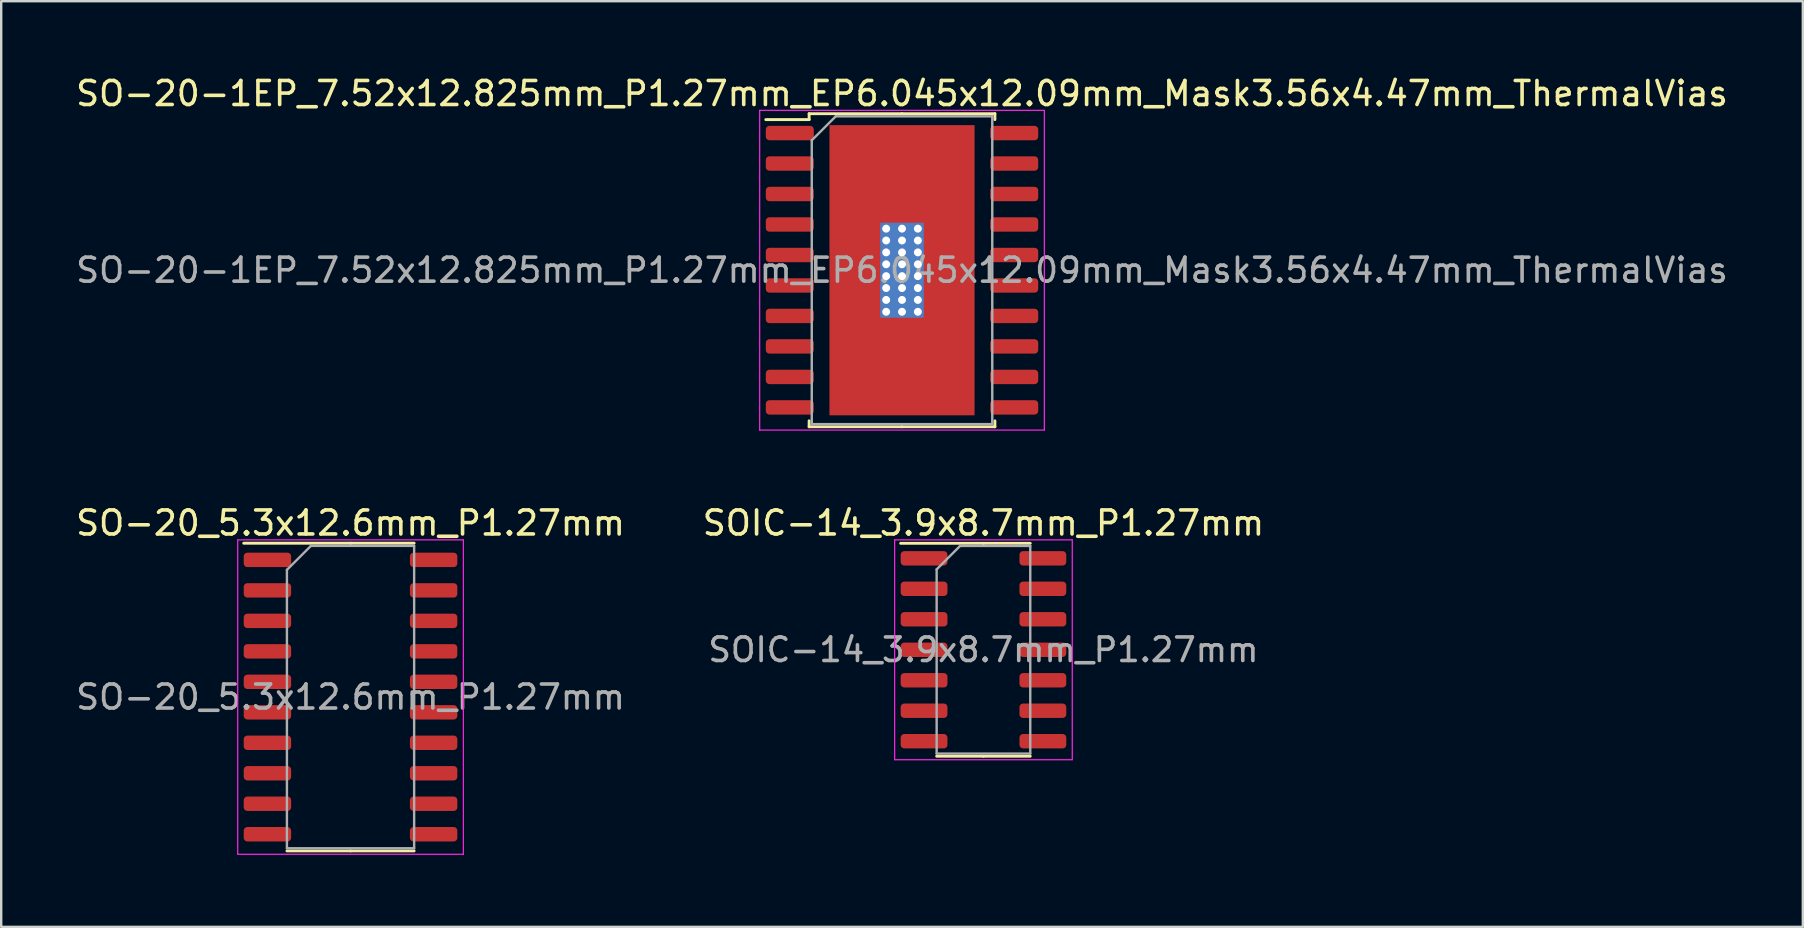
<source format=kicad_pcb>
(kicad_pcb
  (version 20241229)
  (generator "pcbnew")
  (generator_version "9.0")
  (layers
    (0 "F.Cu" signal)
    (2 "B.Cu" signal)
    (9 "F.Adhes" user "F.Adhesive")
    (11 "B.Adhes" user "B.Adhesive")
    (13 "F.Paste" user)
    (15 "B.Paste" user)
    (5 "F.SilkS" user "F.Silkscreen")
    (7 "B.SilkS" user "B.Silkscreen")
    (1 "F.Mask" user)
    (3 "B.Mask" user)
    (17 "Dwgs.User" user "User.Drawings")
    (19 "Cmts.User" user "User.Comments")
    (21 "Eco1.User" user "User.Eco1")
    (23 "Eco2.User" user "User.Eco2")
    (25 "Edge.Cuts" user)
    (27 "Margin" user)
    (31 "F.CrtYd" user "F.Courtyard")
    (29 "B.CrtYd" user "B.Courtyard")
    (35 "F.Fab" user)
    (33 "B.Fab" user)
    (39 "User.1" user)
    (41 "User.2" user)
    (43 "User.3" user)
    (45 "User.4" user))
  (footprint "SO-20_5.3x12.6mm_P1.27mm"
    (layer "F.Cu")
    (at 11.554 25.991)
    (property "Reference" "SO-20_5.3x12.6mm_P1.27mm" (at 0 -7.25 0) (layer "F.SilkS") (effects (font (size 1 1) (thickness 0.15))))
    (attr smd)
    (fp_line (start 0 -6.41) (end -4.45 -6.41) (stroke (width 0.12) (type solid)) (layer "F.SilkS"))
    (fp_line (start 0 -6.41) (end 2.65 -6.41) (stroke (width 0.12) (type solid)) (layer "F.SilkS"))
    (fp_line (start 0 6.41) (end -2.65 6.41) (stroke (width 0.12) (type solid)) (layer "F.SilkS"))
    (fp_line (start 0 6.41) (end 2.65 6.41) (stroke (width 0.12) (type solid)) (layer "F.SilkS"))
    (fp_line (start -4.7 -6.55) (end -4.7 6.55) (stroke (width 0.05) (type solid)) (layer "F.CrtYd"))
    (fp_line (start -4.7 6.55) (end 4.7 6.55) (stroke (width 0.05) (type solid)) (layer "F.CrtYd"))
    (fp_line (start 4.7 -6.55) (end -4.7 -6.55) (stroke (width 0.05) (type solid)) (layer "F.CrtYd"))
    (fp_line (start 4.7 6.55) (end 4.7 -6.55) (stroke (width 0.05) (type solid)) (layer "F.CrtYd"))
    (fp_line (start -2.65 -5.3) (end -1.65 -6.3) (stroke (width 0.1) (type solid)) (layer "F.Fab"))
    (fp_line (start -2.65 6.3) (end -2.65 -5.3) (stroke (width 0.1) (type solid)) (layer "F.Fab"))
    (fp_line (start -1.65 -6.3) (end 2.65 -6.3) (stroke (width 0.1) (type solid)) (layer "F.Fab"))
    (fp_line (start 2.65 -6.3) (end 2.65 6.3) (stroke (width 0.1) (type solid)) (layer "F.Fab"))
    (fp_line (start 2.65 6.3) (end -2.65 6.3) (stroke (width 0.1) (type solid)) (layer "F.Fab"))
    (fp_text user "${REFERENCE}" (at 0 0 0) (layer "F.Fab") (effects (font (size 1 1) (thickness 0.15))))
    (pad "1" smd roundrect (at -3.462 -5.715) (size 1.975 0.6) (layers "F.Cu" "F.Mask" "F.Paste") (roundrect_rratio 0.25))
    (pad "2" smd roundrect (at -3.462 -4.445) (size 1.975 0.6) (layers "F.Cu" "F.Mask" "F.Paste") (roundrect_rratio 0.25))
    (pad "3" smd roundrect (at -3.462 -3.175) (size 1.975 0.6) (layers "F.Cu" "F.Mask" "F.Paste") (roundrect_rratio 0.25))
    (pad "4" smd roundrect (at -3.462 -1.905) (size 1.975 0.6) (layers "F.Cu" "F.Mask" "F.Paste") (roundrect_rratio 0.25))
    (pad "5" smd roundrect (at -3.462 -0.635) (size 1.975 0.6) (layers "F.Cu" "F.Mask" "F.Paste") (roundrect_rratio 0.25))
    (pad "6" smd roundrect (at -3.462 0.635) (size 1.975 0.6) (layers "F.Cu" "F.Mask" "F.Paste") (roundrect_rratio 0.25))
    (pad "7" smd roundrect (at -3.462 1.905) (size 1.975 0.6) (layers "F.Cu" "F.Mask" "F.Paste") (roundrect_rratio 0.25))
    (pad "8" smd roundrect (at -3.462 3.175) (size 1.975 0.6) (layers "F.Cu" "F.Mask" "F.Paste") (roundrect_rratio 0.25))
    (pad "9" smd roundrect (at -3.462 4.445) (size 1.975 0.6) (layers "F.Cu" "F.Mask" "F.Paste") (roundrect_rratio 0.25))
    (pad "10" smd roundrect (at -3.462 5.715) (size 1.975 0.6) (layers "F.Cu" "F.Mask" "F.Paste") (roundrect_rratio 0.25))
    (pad "11" smd roundrect (at 3.462 5.715) (size 1.975 0.6) (layers "F.Cu" "F.Mask" "F.Paste") (roundrect_rratio 0.25))
    (pad "12" smd roundrect (at 3.462 4.445) (size 1.975 0.6) (layers "F.Cu" "F.Mask" "F.Paste") (roundrect_rratio 0.25))
    (pad "13" smd roundrect (at 3.462 3.175) (size 1.975 0.6) (layers "F.Cu" "F.Mask" "F.Paste") (roundrect_rratio 0.25))
    (pad "14" smd roundrect (at 3.462 1.905) (size 1.975 0.6) (layers "F.Cu" "F.Mask" "F.Paste") (roundrect_rratio 0.25))
    (pad "15" smd roundrect (at 3.462 0.635) (size 1.975 0.6) (layers "F.Cu" "F.Mask" "F.Paste") (roundrect_rratio 0.25))
    (pad "16" smd roundrect (at 3.462 -0.635) (size 1.975 0.6) (layers "F.Cu" "F.Mask" "F.Paste") (roundrect_rratio 0.25))
    (pad "17" smd roundrect (at 3.462 -1.905) (size 1.975 0.6) (layers "F.Cu" "F.Mask" "F.Paste") (roundrect_rratio 0.25))
    (pad "18" smd roundrect (at 3.462 -3.175) (size 1.975 0.6) (layers "F.Cu" "F.Mask" "F.Paste") (roundrect_rratio 0.25))
    (pad "19" smd roundrect (at 3.462 -4.445) (size 1.975 0.6) (layers "F.Cu" "F.Mask" "F.Paste") (roundrect_rratio 0.25))
    (pad "20" smd roundrect (at 3.462 -5.715) (size 1.975 0.6) (layers "F.Cu" "F.Mask" "F.Paste") (roundrect_rratio 0.25)))
  (footprint "SO-20-1EP_7.52x12.825mm_P1.27mm_EP6.045x12.09mm_Mask3.56x4.47mm_ThermalVias"
    (layer "F.Cu")
    (at 34.53 8.208)
    (property "Reference" "SO-20-1EP_7.52x12.825mm_P1.27mm_EP6.045x12.09mm_Mask3.56x4.47mm_ThermalVias" (at 0 -7.36 0) (layer "F.SilkS") (effects (font (size 1 1) (thickness 0.15))))
    (attr smd)
    (fp_line (start -3.87 -6.522) (end -3.87 -6.275) (stroke (width 0.12) (type solid)) (layer "F.SilkS"))
    (fp_line (start -3.87 -6.275) (end -5.675 -6.275) (stroke (width 0.12) (type solid)) (layer "F.SilkS"))
    (fp_line (start -3.87 6.522) (end -3.87 6.275) (stroke (width 0.12) (type solid)) (layer "F.SilkS"))
    (fp_line (start 0 -6.522) (end -3.87 -6.522) (stroke (width 0.12) (type solid)) (layer "F.SilkS"))
    (fp_line (start 0 -6.522) (end 3.87 -6.522) (stroke (width 0.12) (type solid)) (layer "F.SilkS"))
    (fp_line (start 0 6.522) (end -3.87 6.522) (stroke (width 0.12) (type solid)) (layer "F.SilkS"))
    (fp_line (start 0 6.522) (end 3.87 6.522) (stroke (width 0.12) (type solid)) (layer "F.SilkS"))
    (fp_line (start 3.87 -6.522) (end 3.87 -6.275) (stroke (width 0.12) (type solid)) (layer "F.SilkS"))
    (fp_line (start 3.87 6.522) (end 3.87 6.275) (stroke (width 0.12) (type solid)) (layer "F.SilkS"))
    (fp_line (start -5.93 -6.66) (end -5.93 6.66) (stroke (width 0.05) (type solid)) (layer "F.CrtYd"))
    (fp_line (start -5.93 6.66) (end 5.93 6.66) (stroke (width 0.05) (type solid)) (layer "F.CrtYd"))
    (fp_line (start 5.93 -6.66) (end -5.93 -6.66) (stroke (width 0.05) (type solid)) (layer "F.CrtYd"))
    (fp_line (start 5.93 6.66) (end 5.93 -6.66) (stroke (width 0.05) (type solid)) (layer "F.CrtYd"))
    (fp_line (start -3.76 -5.412) (end -2.76 -6.412) (stroke (width 0.1) (type solid)) (layer "F.Fab"))
    (fp_line (start -3.76 6.412) (end -3.76 -5.412) (stroke (width 0.1) (type solid)) (layer "F.Fab"))
    (fp_line (start -2.76 -6.412) (end 3.76 -6.412) (stroke (width 0.1) (type solid)) (layer "F.Fab"))
    (fp_line (start 3.76 -6.412) (end 3.76 6.412) (stroke (width 0.1) (type solid)) (layer "F.Fab"))
    (fp_line (start 3.76 6.412) (end -3.76 6.412) (stroke (width 0.1) (type solid)) (layer "F.Fab"))
    (fp_text user "${REFERENCE}" (at 0 0 0) (layer "F.Fab") (effects (font (size 1 1) (thickness 0.15))))
    (pad "" smd roundrect (at -0.89 -1.115) (size 1.54 1.94) (layers "F.Paste") (roundrect_rratio 0.162))
    (pad "" smd roundrect (at -0.89 1.115) (size 1.54 1.94) (layers "F.Paste") (roundrect_rratio 0.162))
    (pad "" smd rect (at 0 0) (size 3.56 4.47) (layers "F.Mask"))
    (pad "" smd roundrect (at 0.89 -1.115) (size 1.54 1.94) (layers "F.Paste") (roundrect_rratio 0.162))
    (pad "" smd roundrect (at 0.89 1.115) (size 1.54 1.94) (layers "F.Paste") (roundrect_rratio 0.162))
    (pad "1" smd roundrect (at -4.675 -5.715) (size 2 0.6) (layers "F.Cu" "F.Mask" "F.Paste") (roundrect_rratio 0.25))
    (pad "2" smd roundrect (at -4.675 -4.445) (size 2 0.6) (layers "F.Cu" "F.Mask" "F.Paste") (roundrect_rratio 0.25))
    (pad "3" smd roundrect (at -4.675 -3.175) (size 2 0.6) (layers "F.Cu" "F.Mask" "F.Paste") (roundrect_rratio 0.25))
    (pad "4" smd roundrect (at -4.675 -1.905) (size 2 0.6) (layers "F.Cu" "F.Mask" "F.Paste") (roundrect_rratio 0.25))
    (pad "5" smd roundrect (at -4.675 -0.635) (size 2 0.6) (layers "F.Cu" "F.Mask" "F.Paste") (roundrect_rratio 0.25))
    (pad "6" smd roundrect (at -4.675 0.635) (size 2 0.6) (layers "F.Cu" "F.Mask" "F.Paste") (roundrect_rratio 0.25))
    (pad "7" smd roundrect (at -4.675 1.905) (size 2 0.6) (layers "F.Cu" "F.Mask" "F.Paste") (roundrect_rratio 0.25))
    (pad "8" smd roundrect (at -4.675 3.175) (size 2 0.6) (layers "F.Cu" "F.Mask" "F.Paste") (roundrect_rratio 0.25))
    (pad "9" smd roundrect (at -4.675 4.445) (size 2 0.6) (layers "F.Cu" "F.Mask" "F.Paste") (roundrect_rratio 0.25))
    (pad "10" smd roundrect (at -4.675 5.715) (size 2 0.6) (layers "F.Cu" "F.Mask" "F.Paste") (roundrect_rratio 0.25))
    (pad "11" smd roundrect (at 4.675 5.715) (size 2 0.6) (layers "F.Cu" "F.Mask" "F.Paste") (roundrect_rratio 0.25))
    (pad "12" smd roundrect (at 4.675 4.445) (size 2 0.6) (layers "F.Cu" "F.Mask" "F.Paste") (roundrect_rratio 0.25))
    (pad "13" smd roundrect (at 4.675 3.175) (size 2 0.6) (layers "F.Cu" "F.Mask" "F.Paste") (roundrect_rratio 0.25))
    (pad "14" smd roundrect (at 4.675 1.905) (size 2 0.6) (layers "F.Cu" "F.Mask" "F.Paste") (roundrect_rratio 0.25))
    (pad "15" smd roundrect (at 4.675 0.635) (size 2 0.6) (layers "F.Cu" "F.Mask" "F.Paste") (roundrect_rratio 0.25))
    (pad "16" smd roundrect (at 4.675 -0.635) (size 2 0.6) (layers "F.Cu" "F.Mask" "F.Paste") (roundrect_rratio 0.25))
    (pad "17" smd roundrect (at 4.675 -1.905) (size 2 0.6) (layers "F.Cu" "F.Mask" "F.Paste") (roundrect_rratio 0.25))
    (pad "18" smd roundrect (at 4.675 -3.175) (size 2 0.6) (layers "F.Cu" "F.Mask" "F.Paste") (roundrect_rratio 0.25))
    (pad "19" smd roundrect (at 4.675 -4.445) (size 2 0.6) (layers "F.Cu" "F.Mask" "F.Paste") (roundrect_rratio 0.25))
    (pad "20" smd roundrect (at 4.675 -5.715) (size 2 0.6) (layers "F.Cu" "F.Mask" "F.Paste") (roundrect_rratio 0.25))
    (pad "21" thru_hole circle (at -0.66 -1.732) (size 0.49 0.49) (drill 0.33) (layers "*.Cu"))
    (pad "21" thru_hole circle (at -0.66 -1.238) (size 0.49 0.49) (drill 0.33) (layers "*.Cu"))
    (pad "21" thru_hole circle (at -0.66 -0.743) (size 0.49 0.49) (drill 0.33) (layers "*.Cu"))
    (pad "21" thru_hole circle (at -0.66 -0.247) (size 0.49 0.49) (drill 0.33) (layers "*.Cu"))
    (pad "21" thru_hole circle (at -0.66 0.247) (size 0.49 0.49) (drill 0.33) (layers "*.Cu"))
    (pad "21" thru_hole circle (at -0.66 0.743) (size 0.49 0.49) (drill 0.33) (layers "*.Cu"))
    (pad "21" thru_hole circle (at -0.66 1.238) (size 0.49 0.49) (drill 0.33) (layers "*.Cu"))
    (pad "21" thru_hole circle (at -0.66 1.732) (size 0.49 0.49) (drill 0.33) (layers "*.Cu"))
    (pad "21" thru_hole circle (at 0 -1.732) (size 0.49 0.49) (drill 0.33) (layers "*.Cu"))
    (pad "21" thru_hole circle (at 0 -1.238) (size 0.49 0.49) (drill 0.33) (layers "*.Cu"))
    (pad "21" thru_hole circle (at 0 -0.743) (size 0.49 0.49) (drill 0.33) (layers "*.Cu"))
    (pad "21" thru_hole circle (at 0 -0.247) (size 0.49 0.49) (drill 0.33) (layers "*.Cu"))
    (pad "21" smd rect (at 0 0) (size 1.81 3.955) (layers "B.Cu"))
    (pad "21" smd rect (at 0 0) (size 6.045 12.09) (layers "F.Cu"))
    (pad "21" thru_hole circle (at 0 0.247) (size 0.49 0.49) (drill 0.33) (layers "*.Cu"))
    (pad "21" thru_hole circle (at 0 0.743) (size 0.49 0.49) (drill 0.33) (layers "*.Cu"))
    (pad "21" thru_hole circle (at 0 1.238) (size 0.49 0.49) (drill 0.33) (layers "*.Cu"))
    (pad "21" thru_hole circle (at 0 1.732) (size 0.49 0.49) (drill 0.33) (layers "*.Cu"))
    (pad "21" thru_hole circle (at 0.66 -1.732) (size 0.49 0.49) (drill 0.33) (layers "*.Cu"))
    (pad "21" thru_hole circle (at 0.66 -1.238) (size 0.49 0.49) (drill 0.33) (layers "*.Cu"))
    (pad "21" thru_hole circle (at 0.66 -0.743) (size 0.49 0.49) (drill 0.33) (layers "*.Cu"))
    (pad "21" thru_hole circle (at 0.66 -0.247) (size 0.49 0.49) (drill 0.33) (layers "*.Cu"))
    (pad "21" thru_hole circle (at 0.66 0.247) (size 0.49 0.49) (drill 0.33) (layers "*.Cu"))
    (pad "21" thru_hole circle (at 0.66 0.743) (size 0.49 0.49) (drill 0.33) (layers "*.Cu"))
    (pad "21" thru_hole circle (at 0.66 1.238) (size 0.49 0.49) (drill 0.33) (layers "*.Cu"))
    (pad "21" thru_hole circle (at 0.66 1.732) (size 0.49 0.49) (drill 0.33) (layers "*.Cu")))
  (footprint "SOIC-14_3.9x8.7mm_P1.27mm"
    (layer "F.Cu")
    (at 37.923 24.021)
    (property "Reference" "SOIC-14_3.9x8.7mm_P1.27mm" (at 0 -5.28 0) (layer "F.SilkS") (effects (font (size 1 1) (thickness 0.15))))
    (attr smd)
    (fp_line (start 0 -4.435) (end -3.45 -4.435) (stroke (width 0.12) (type solid)) (layer "F.SilkS"))
    (fp_line (start 0 -4.435) (end 1.95 -4.435) (stroke (width 0.12) (type solid)) (layer "F.SilkS"))
    (fp_line (start 0 4.435) (end -1.95 4.435) (stroke (width 0.12) (type solid)) (layer "F.SilkS"))
    (fp_line (start 0 4.435) (end 1.95 4.435) (stroke (width 0.12) (type solid)) (layer "F.SilkS"))
    (fp_line (start -3.7 -4.58) (end -3.7 4.58) (stroke (width 0.05) (type solid)) (layer "F.CrtYd"))
    (fp_line (start -3.7 4.58) (end 3.7 4.58) (stroke (width 0.05) (type solid)) (layer "F.CrtYd"))
    (fp_line (start 3.7 -4.58) (end -3.7 -4.58) (stroke (width 0.05) (type solid)) (layer "F.CrtYd"))
    (fp_line (start 3.7 4.58) (end 3.7 -4.58) (stroke (width 0.05) (type solid)) (layer "F.CrtYd"))
    (fp_line (start -1.95 -3.35) (end -0.975 -4.325) (stroke (width 0.1) (type solid)) (layer "F.Fab"))
    (fp_line (start -1.95 4.325) (end -1.95 -3.35) (stroke (width 0.1) (type solid)) (layer "F.Fab"))
    (fp_line (start -0.975 -4.325) (end 1.95 -4.325) (stroke (width 0.1) (type solid)) (layer "F.Fab"))
    (fp_line (start 1.95 -4.325) (end 1.95 4.325) (stroke (width 0.1) (type solid)) (layer "F.Fab"))
    (fp_line (start 1.95 4.325) (end -1.95 4.325) (stroke (width 0.1) (type solid)) (layer "F.Fab"))
    (fp_text user "${REFERENCE}" (at 0 0 0) (layer "F.Fab") (effects (font (size 0.98 0.98) (thickness 0.15))))
    (pad "1" smd roundrect (at -2.475 -3.81) (size 1.95 0.6) (layers "F.Cu" "F.Mask" "F.Paste") (roundrect_rratio 0.25))
    (pad "2" smd roundrect (at -2.475 -2.54) (size 1.95 0.6) (layers "F.Cu" "F.Mask" "F.Paste") (roundrect_rratio 0.25))
    (pad "3" smd roundrect (at -2.475 -1.27) (size 1.95 0.6) (layers "F.Cu" "F.Mask" "F.Paste") (roundrect_rratio 0.25))
    (pad "4" smd roundrect (at -2.475 0) (size 1.95 0.6) (layers "F.Cu" "F.Mask" "F.Paste") (roundrect_rratio 0.25))
    (pad "5" smd roundrect (at -2.475 1.27) (size 1.95 0.6) (layers "F.Cu" "F.Mask" "F.Paste") (roundrect_rratio 0.25))
    (pad "6" smd roundrect (at -2.475 2.54) (size 1.95 0.6) (layers "F.Cu" "F.Mask" "F.Paste") (roundrect_rratio 0.25))
    (pad "7" smd roundrect (at -2.475 3.81) (size 1.95 0.6) (layers "F.Cu" "F.Mask" "F.Paste") (roundrect_rratio 0.25))
    (pad "8" smd roundrect (at 2.475 3.81) (size 1.95 0.6) (layers "F.Cu" "F.Mask" "F.Paste") (roundrect_rratio 0.25))
    (pad "9" smd roundrect (at 2.475 2.54) (size 1.95 0.6) (layers "F.Cu" "F.Mask" "F.Paste") (roundrect_rratio 0.25))
    (pad "10" smd roundrect (at 2.475 1.27) (size 1.95 0.6) (layers "F.Cu" "F.Mask" "F.Paste") (roundrect_rratio 0.25))
    (pad "11" smd roundrect (at 2.475 0) (size 1.95 0.6) (layers "F.Cu" "F.Mask" "F.Paste") (roundrect_rratio 0.25))
    (pad "12" smd roundrect (at 2.475 -1.27) (size 1.95 0.6) (layers "F.Cu" "F.Mask" "F.Paste") (roundrect_rratio 0.25))
    (pad "13" smd roundrect (at 2.475 -2.54) (size 1.95 0.6) (layers "F.Cu" "F.Mask" "F.Paste") (roundrect_rratio 0.25))
    (pad "14" smd roundrect (at 2.475 -3.81) (size 1.95 0.6) (layers "F.Cu" "F.Mask" "F.Paste") (roundrect_rratio 0.25)))
  (gr_rect
    (start -3 -3)
    (end 72.06 35.566)
    (stroke (width 0.1) (type default))
    (fill no)
    (layer "Edge.Cuts")))
</source>
